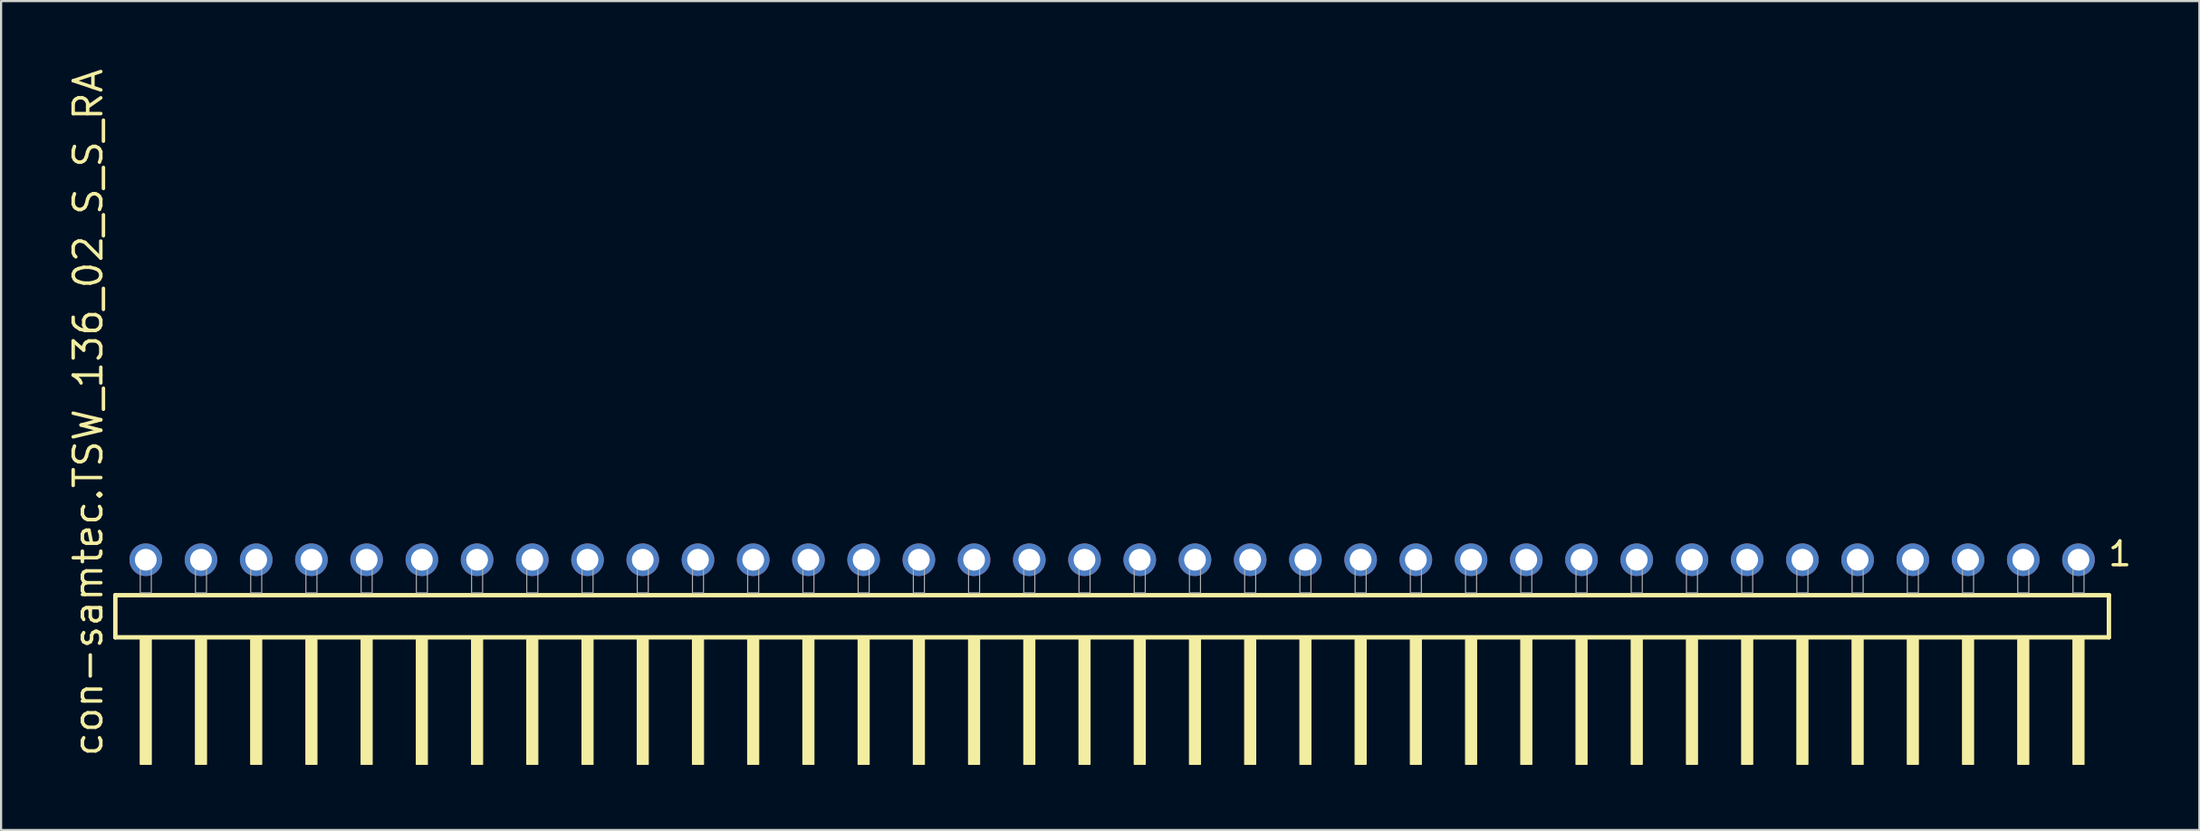
<source format=kicad_pcb>
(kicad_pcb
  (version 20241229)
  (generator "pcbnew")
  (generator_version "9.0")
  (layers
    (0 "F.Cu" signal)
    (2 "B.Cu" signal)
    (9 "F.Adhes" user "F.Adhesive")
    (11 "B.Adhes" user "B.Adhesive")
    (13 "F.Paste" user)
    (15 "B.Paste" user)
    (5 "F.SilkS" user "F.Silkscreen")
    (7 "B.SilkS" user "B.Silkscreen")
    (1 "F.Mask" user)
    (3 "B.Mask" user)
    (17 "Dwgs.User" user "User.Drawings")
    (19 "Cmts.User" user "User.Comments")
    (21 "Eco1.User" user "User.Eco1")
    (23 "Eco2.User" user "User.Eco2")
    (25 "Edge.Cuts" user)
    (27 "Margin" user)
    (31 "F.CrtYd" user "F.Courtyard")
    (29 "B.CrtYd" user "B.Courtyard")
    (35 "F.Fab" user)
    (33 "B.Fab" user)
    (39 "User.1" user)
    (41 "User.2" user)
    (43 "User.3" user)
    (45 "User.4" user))
  (footprint "con-samtec.TSW_136_02_S_S_RA"
    (layer "F.Cu")
    (at 48.105 24.235)
    (property "Reference" "con-samtec.TSW_136_02_S_S_RA" (at -46.355 7.62 90) (layer "F.SilkS") (effects (font (size 1.27 1.27) (thickness 0.16)) (justify left bottom)))
    (attr through_hole)
    (fp_line (start -45.849 0.106) (end -45.849 2.046) (stroke (width 0.203) (type default)) (layer "F.SilkS"))
    (fp_line (start -45.849 2.046) (end 45.849 2.046) (stroke (width 0.203) (type default)) (layer "F.SilkS"))
    (fp_line (start 45.849 0.106) (end -45.849 0.106) (stroke (width 0.203) (type default)) (layer "F.SilkS"))
    (fp_line (start 45.849 2.046) (end 45.849 0.106) (stroke (width 0.203) (type default)) (layer "F.SilkS"))
    (fp_rect (start -44.704 7.89) (end -44.196 2.04) (stroke (width 0.05) (type default)) (fill yes) (layer "F.SilkS"))
    (fp_rect (start -42.164 7.89) (end -41.656 2.04) (stroke (width 0.05) (type default)) (fill yes) (layer "F.SilkS"))
    (fp_rect (start -39.624 7.89) (end -39.116 2.04) (stroke (width 0.05) (type default)) (fill yes) (layer "F.SilkS"))
    (fp_rect (start -37.084 7.89) (end -36.576 2.04) (stroke (width 0.05) (type default)) (fill yes) (layer "F.SilkS"))
    (fp_rect (start -34.544 7.89) (end -34.036 2.04) (stroke (width 0.05) (type default)) (fill yes) (layer "F.SilkS"))
    (fp_rect (start -32.004 7.89) (end -31.496 2.04) (stroke (width 0.05) (type default)) (fill yes) (layer "F.SilkS"))
    (fp_rect (start -29.464 7.89) (end -28.956 2.04) (stroke (width 0.05) (type default)) (fill yes) (layer "F.SilkS"))
    (fp_rect (start -26.924 7.89) (end -26.416 2.04) (stroke (width 0.05) (type default)) (fill yes) (layer "F.SilkS"))
    (fp_rect (start -24.384 7.89) (end -23.876 2.04) (stroke (width 0.05) (type default)) (fill yes) (layer "F.SilkS"))
    (fp_rect (start -21.844 7.89) (end -21.336 2.04) (stroke (width 0.05) (type default)) (fill yes) (layer "F.SilkS"))
    (fp_rect (start -19.304 7.89) (end -18.796 2.04) (stroke (width 0.05) (type default)) (fill yes) (layer "F.SilkS"))
    (fp_rect (start -16.764 7.89) (end -16.256 2.04) (stroke (width 0.05) (type default)) (fill yes) (layer "F.SilkS"))
    (fp_rect (start -14.224 7.89) (end -13.716 2.04) (stroke (width 0.05) (type default)) (fill yes) (layer "F.SilkS"))
    (fp_rect (start -11.684 7.89) (end -11.176 2.04) (stroke (width 0.05) (type default)) (fill yes) (layer "F.SilkS"))
    (fp_rect (start -9.144 7.89) (end -8.636 2.04) (stroke (width 0.05) (type default)) (fill yes) (layer "F.SilkS"))
    (fp_rect (start -6.604 7.89) (end -6.096 2.04) (stroke (width 0.05) (type default)) (fill yes) (layer "F.SilkS"))
    (fp_rect (start -4.064 7.89) (end -3.556 2.04) (stroke (width 0.05) (type default)) (fill yes) (layer "F.SilkS"))
    (fp_rect (start -1.524 7.89) (end -1.016 2.04) (stroke (width 0.05) (type default)) (fill yes) (layer "F.SilkS"))
    (fp_rect (start 1.016 7.89) (end 1.524 2.04) (stroke (width 0.05) (type default)) (fill yes) (layer "F.SilkS"))
    (fp_rect (start 3.556 7.89) (end 4.064 2.04) (stroke (width 0.05) (type default)) (fill yes) (layer "F.SilkS"))
    (fp_rect (start 6.096 7.89) (end 6.604 2.04) (stroke (width 0.05) (type default)) (fill yes) (layer "F.SilkS"))
    (fp_rect (start 8.636 7.89) (end 9.144 2.04) (stroke (width 0.05) (type default)) (fill yes) (layer "F.SilkS"))
    (fp_rect (start 11.176 7.89) (end 11.684 2.04) (stroke (width 0.05) (type default)) (fill yes) (layer "F.SilkS"))
    (fp_rect (start 13.716 7.89) (end 14.224 2.04) (stroke (width 0.05) (type default)) (fill yes) (layer "F.SilkS"))
    (fp_rect (start 16.256 7.89) (end 16.764 2.04) (stroke (width 0.05) (type default)) (fill yes) (layer "F.SilkS"))
    (fp_rect (start 18.796 7.89) (end 19.304 2.04) (stroke (width 0.05) (type default)) (fill yes) (layer "F.SilkS"))
    (fp_rect (start 21.336 7.89) (end 21.844 2.04) (stroke (width 0.05) (type default)) (fill yes) (layer "F.SilkS"))
    (fp_rect (start 23.876 7.89) (end 24.384 2.04) (stroke (width 0.05) (type default)) (fill yes) (layer "F.SilkS"))
    (fp_rect (start 26.416 7.89) (end 26.924 2.04) (stroke (width 0.05) (type default)) (fill yes) (layer "F.SilkS"))
    (fp_rect (start 28.956 7.89) (end 29.464 2.04) (stroke (width 0.05) (type default)) (fill yes) (layer "F.SilkS"))
    (fp_rect (start 31.496 7.89) (end 32.004 2.04) (stroke (width 0.05) (type default)) (fill yes) (layer "F.SilkS"))
    (fp_rect (start 34.036 7.89) (end 34.544 2.04) (stroke (width 0.05) (type default)) (fill yes) (layer "F.SilkS"))
    (fp_rect (start 36.576 7.89) (end 37.084 2.04) (stroke (width 0.05) (type default)) (fill yes) (layer "F.SilkS"))
    (fp_rect (start 39.116 7.89) (end 39.624 2.04) (stroke (width 0.05) (type default)) (fill yes) (layer "F.SilkS"))
    (fp_rect (start 41.656 7.89) (end 42.164 2.04) (stroke (width 0.05) (type default)) (fill yes) (layer "F.SilkS"))
    (fp_rect (start 44.196 7.89) (end 44.704 2.04) (stroke (width 0.05) (type default)) (fill yes) (layer "F.SilkS"))
    (fp_rect (start -44.704 0) (end -44.196 -1.778) (stroke (width 0.05) (type default)) (fill no) (layer "F.Fab"))
    (fp_rect (start -42.164 0) (end -41.656 -1.778) (stroke (width 0.05) (type default)) (fill no) (layer "F.Fab"))
    (fp_rect (start -39.624 0) (end -39.116 -1.778) (stroke (width 0.05) (type default)) (fill no) (layer "F.Fab"))
    (fp_rect (start -37.084 0) (end -36.576 -1.778) (stroke (width 0.05) (type default)) (fill no) (layer "F.Fab"))
    (fp_rect (start -34.544 0) (end -34.036 -1.778) (stroke (width 0.05) (type default)) (fill no) (layer "F.Fab"))
    (fp_rect (start -32.004 0) (end -31.496 -1.778) (stroke (width 0.05) (type default)) (fill no) (layer "F.Fab"))
    (fp_rect (start -29.464 0) (end -28.956 -1.778) (stroke (width 0.05) (type default)) (fill no) (layer "F.Fab"))
    (fp_rect (start -26.924 0) (end -26.416 -1.778) (stroke (width 0.05) (type default)) (fill no) (layer "F.Fab"))
    (fp_rect (start -24.384 0) (end -23.876 -1.778) (stroke (width 0.05) (type default)) (fill no) (layer "F.Fab"))
    (fp_rect (start -21.844 0) (end -21.336 -1.778) (stroke (width 0.05) (type default)) (fill no) (layer "F.Fab"))
    (fp_rect (start -19.304 0) (end -18.796 -1.778) (stroke (width 0.05) (type default)) (fill no) (layer "F.Fab"))
    (fp_rect (start -16.764 0) (end -16.256 -1.778) (stroke (width 0.05) (type default)) (fill no) (layer "F.Fab"))
    (fp_rect (start -14.224 0) (end -13.716 -1.778) (stroke (width 0.05) (type default)) (fill no) (layer "F.Fab"))
    (fp_rect (start -11.684 0) (end -11.176 -1.778) (stroke (width 0.05) (type default)) (fill no) (layer "F.Fab"))
    (fp_rect (start -9.144 0) (end -8.636 -1.778) (stroke (width 0.05) (type default)) (fill no) (layer "F.Fab"))
    (fp_rect (start -6.604 0) (end -6.096 -1.778) (stroke (width 0.05) (type default)) (fill no) (layer "F.Fab"))
    (fp_rect (start -4.064 0) (end -3.556 -1.778) (stroke (width 0.05) (type default)) (fill no) (layer "F.Fab"))
    (fp_rect (start -1.524 0) (end -1.016 -1.778) (stroke (width 0.05) (type default)) (fill no) (layer "F.Fab"))
    (fp_rect (start 1.016 0) (end 1.524 -1.778) (stroke (width 0.05) (type default)) (fill no) (layer "F.Fab"))
    (fp_rect (start 3.556 0) (end 4.064 -1.778) (stroke (width 0.05) (type default)) (fill no) (layer "F.Fab"))
    (fp_rect (start 6.096 0) (end 6.604 -1.778) (stroke (width 0.05) (type default)) (fill no) (layer "F.Fab"))
    (fp_rect (start 8.636 0) (end 9.144 -1.778) (stroke (width 0.05) (type default)) (fill no) (layer "F.Fab"))
    (fp_rect (start 11.176 0) (end 11.684 -1.778) (stroke (width 0.05) (type default)) (fill no) (layer "F.Fab"))
    (fp_rect (start 13.716 0) (end 14.224 -1.778) (stroke (width 0.05) (type default)) (fill no) (layer "F.Fab"))
    (fp_rect (start 16.256 0) (end 16.764 -1.778) (stroke (width 0.05) (type default)) (fill no) (layer "F.Fab"))
    (fp_rect (start 18.796 0) (end 19.304 -1.778) (stroke (width 0.05) (type default)) (fill no) (layer "F.Fab"))
    (fp_rect (start 21.336 0) (end 21.844 -1.778) (stroke (width 0.05) (type default)) (fill no) (layer "F.Fab"))
    (fp_rect (start 23.876 0) (end 24.384 -1.778) (stroke (width 0.05) (type default)) (fill no) (layer "F.Fab"))
    (fp_rect (start 26.416 0) (end 26.924 -1.778) (stroke (width 0.05) (type default)) (fill no) (layer "F.Fab"))
    (fp_rect (start 28.956 0) (end 29.464 -1.778) (stroke (width 0.05) (type default)) (fill no) (layer "F.Fab"))
    (fp_rect (start 31.496 0) (end 32.004 -1.778) (stroke (width 0.05) (type default)) (fill no) (layer "F.Fab"))
    (fp_rect (start 34.036 0) (end 34.544 -1.778) (stroke (width 0.05) (type default)) (fill no) (layer "F.Fab"))
    (fp_rect (start 36.576 0) (end 37.084 -1.778) (stroke (width 0.05) (type default)) (fill no) (layer "F.Fab"))
    (fp_rect (start 39.116 0) (end 39.624 -1.778) (stroke (width 0.05) (type default)) (fill no) (layer "F.Fab"))
    (fp_rect (start 41.656 0) (end 42.164 -1.778) (stroke (width 0.05) (type default)) (fill no) (layer "F.Fab"))
    (fp_rect (start 44.196 0) (end 44.704 -1.778) (stroke (width 0.05) (type default)) (fill no) (layer "F.Fab"))
    (fp_text user "1" (at 45.732 -1.152 0) (layer "F.SilkS") (effects (font (size 1.1 1.1) (thickness 0.15)) (justify left bottom)))
    (pad "1" thru_hole circle (at 44.45 -1.524 180) (size 1.5 1.5) (drill 1) (layers "*.Cu" "*.Mask"))
    (pad "2" thru_hole circle (at 41.91 -1.524 180) (size 1.5 1.5) (drill 1) (layers "*.Cu" "*.Mask"))
    (pad "3" thru_hole circle (at 39.37 -1.524 180) (size 1.5 1.5) (drill 1) (layers "*.Cu" "*.Mask"))
    (pad "4" thru_hole circle (at 36.83 -1.524 180) (size 1.5 1.5) (drill 1) (layers "*.Cu" "*.Mask"))
    (pad "5" thru_hole circle (at 34.29 -1.524 180) (size 1.5 1.5) (drill 1) (layers "*.Cu" "*.Mask"))
    (pad "6" thru_hole circle (at 31.75 -1.524 180) (size 1.5 1.5) (drill 1) (layers "*.Cu" "*.Mask"))
    (pad "7" thru_hole circle (at 29.21 -1.524 180) (size 1.5 1.5) (drill 1) (layers "*.Cu" "*.Mask"))
    (pad "8" thru_hole circle (at 26.67 -1.524 180) (size 1.5 1.5) (drill 1) (layers "*.Cu" "*.Mask"))
    (pad "9" thru_hole circle (at 24.13 -1.524 180) (size 1.5 1.5) (drill 1) (layers "*.Cu" "*.Mask"))
    (pad "10" thru_hole circle (at 21.59 -1.524 180) (size 1.5 1.5) (drill 1) (layers "*.Cu" "*.Mask"))
    (pad "11" thru_hole circle (at 19.05 -1.524 180) (size 1.5 1.5) (drill 1) (layers "*.Cu" "*.Mask"))
    (pad "12" thru_hole circle (at 16.51 -1.524 180) (size 1.5 1.5) (drill 1) (layers "*.Cu" "*.Mask"))
    (pad "13" thru_hole circle (at 13.97 -1.524 180) (size 1.5 1.5) (drill 1) (layers "*.Cu" "*.Mask"))
    (pad "14" thru_hole circle (at 11.43 -1.524 180) (size 1.5 1.5) (drill 1) (layers "*.Cu" "*.Mask"))
    (pad "15" thru_hole circle (at 8.89 -1.524 180) (size 1.5 1.5) (drill 1) (layers "*.Cu" "*.Mask"))
    (pad "16" thru_hole circle (at 6.35 -1.524 180) (size 1.5 1.5) (drill 1) (layers "*.Cu" "*.Mask"))
    (pad "17" thru_hole circle (at 3.81 -1.524 180) (size 1.5 1.5) (drill 1) (layers "*.Cu" "*.Mask"))
    (pad "18" thru_hole circle (at 1.27 -1.524 180) (size 1.5 1.5) (drill 1) (layers "*.Cu" "*.Mask"))
    (pad "19" thru_hole circle (at -1.27 -1.524 180) (size 1.5 1.5) (drill 1) (layers "*.Cu" "*.Mask"))
    (pad "20" thru_hole circle (at -3.81 -1.524 180) (size 1.5 1.5) (drill 1) (layers "*.Cu" "*.Mask"))
    (pad "21" thru_hole circle (at -6.35 -1.524 180) (size 1.5 1.5) (drill 1) (layers "*.Cu" "*.Mask"))
    (pad "22" thru_hole circle (at -8.89 -1.524 180) (size 1.5 1.5) (drill 1) (layers "*.Cu" "*.Mask"))
    (pad "23" thru_hole circle (at -11.43 -1.524 180) (size 1.5 1.5) (drill 1) (layers "*.Cu" "*.Mask"))
    (pad "24" thru_hole circle (at -13.97 -1.524 180) (size 1.5 1.5) (drill 1) (layers "*.Cu" "*.Mask"))
    (pad "25" thru_hole circle (at -16.51 -1.524 180) (size 1.5 1.5) (drill 1) (layers "*.Cu" "*.Mask"))
    (pad "26" thru_hole circle (at -19.05 -1.524 180) (size 1.5 1.5) (drill 1) (layers "*.Cu" "*.Mask"))
    (pad "27" thru_hole circle (at -21.59 -1.524 180) (size 1.5 1.5) (drill 1) (layers "*.Cu" "*.Mask"))
    (pad "28" thru_hole circle (at -24.13 -1.524 180) (size 1.5 1.5) (drill 1) (layers "*.Cu" "*.Mask"))
    (pad "29" thru_hole circle (at -26.67 -1.524 180) (size 1.5 1.5) (drill 1) (layers "*.Cu" "*.Mask"))
    (pad "30" thru_hole circle (at -29.21 -1.524 180) (size 1.5 1.5) (drill 1) (layers "*.Cu" "*.Mask"))
    (pad "31" thru_hole circle (at -31.75 -1.524 180) (size 1.5 1.5) (drill 1) (layers "*.Cu" "*.Mask"))
    (pad "32" thru_hole circle (at -34.29 -1.524 180) (size 1.5 1.5) (drill 1) (layers "*.Cu" "*.Mask"))
    (pad "33" thru_hole circle (at -36.83 -1.524 180) (size 1.5 1.5) (drill 1) (layers "*.Cu" "*.Mask"))
    (pad "34" thru_hole circle (at -39.37 -1.524 180) (size 1.5 1.5) (drill 1) (layers "*.Cu" "*.Mask"))
    (pad "35" thru_hole circle (at -41.91 -1.524 180) (size 1.5 1.5) (drill 1) (layers "*.Cu" "*.Mask"))
    (pad "36" thru_hole circle (at -44.45 -1.524 180) (size 1.5 1.5) (drill 1) (layers "*.Cu" "*.Mask")))
  (gr_rect
    (start -3 -3)
    (end 98.115 35.15)
    (stroke (width 0.1) (type default))
    (fill no)
    (layer "Edge.Cuts")))
</source>
